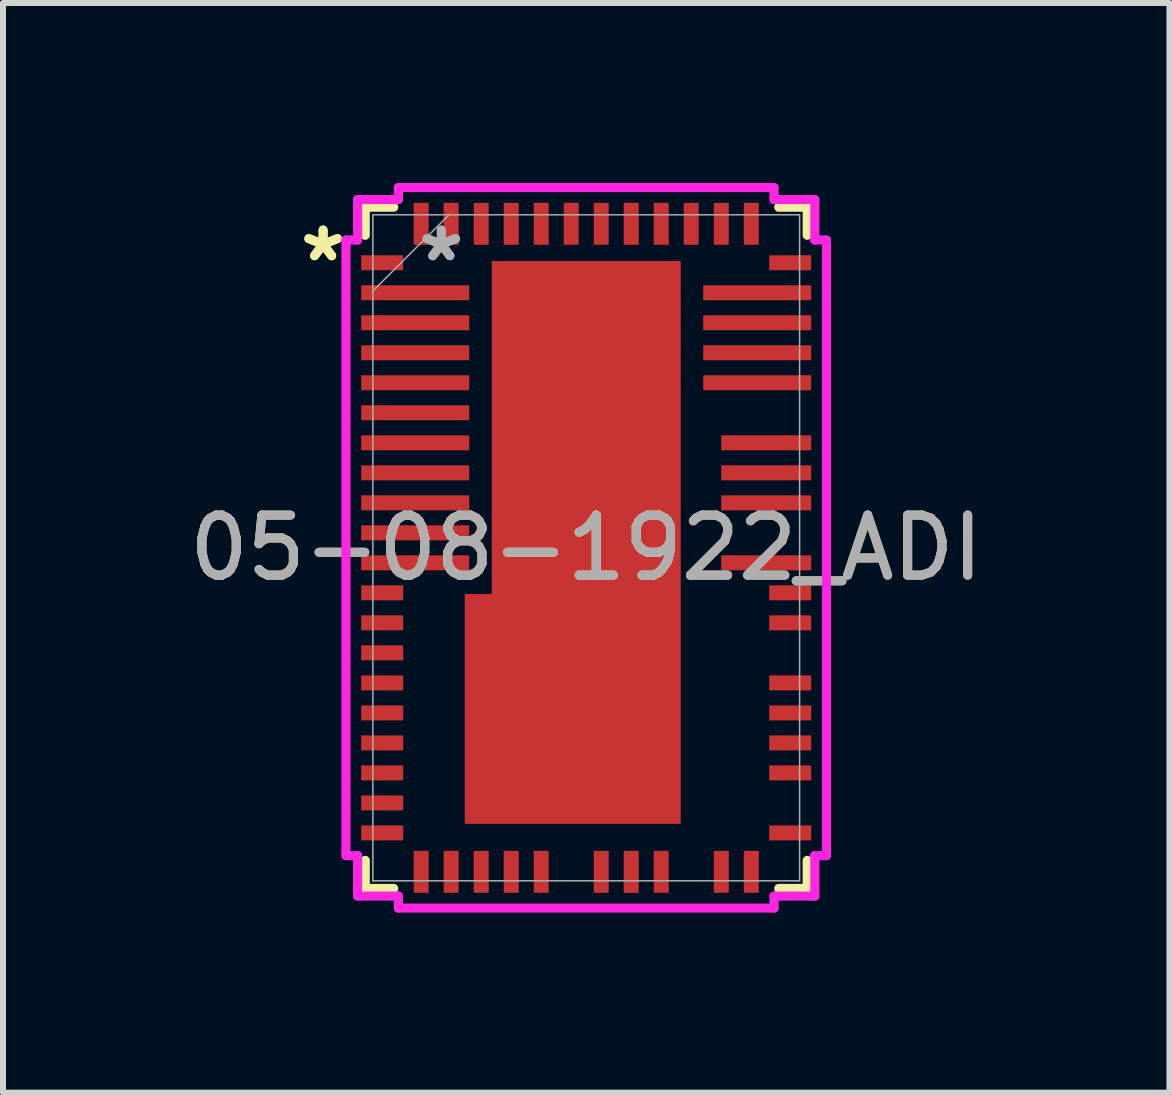
<source format=kicad_pcb>
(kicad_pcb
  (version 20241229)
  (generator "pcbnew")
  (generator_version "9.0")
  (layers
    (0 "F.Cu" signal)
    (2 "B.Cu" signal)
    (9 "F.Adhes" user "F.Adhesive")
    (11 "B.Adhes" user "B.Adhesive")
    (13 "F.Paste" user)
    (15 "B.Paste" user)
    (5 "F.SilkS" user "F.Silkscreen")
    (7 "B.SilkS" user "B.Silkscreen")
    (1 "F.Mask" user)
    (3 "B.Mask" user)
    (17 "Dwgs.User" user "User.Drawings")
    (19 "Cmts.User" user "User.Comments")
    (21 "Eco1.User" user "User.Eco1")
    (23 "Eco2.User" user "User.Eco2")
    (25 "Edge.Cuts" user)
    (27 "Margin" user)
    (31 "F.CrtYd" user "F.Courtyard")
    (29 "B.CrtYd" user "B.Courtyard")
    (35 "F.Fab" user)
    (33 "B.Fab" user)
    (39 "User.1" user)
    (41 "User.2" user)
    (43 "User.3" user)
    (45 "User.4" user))
  (footprint "05-08-1922_ADI"
    (layer "F.Cu")
    (at 6.72 6.08)
    (property "Reference" "05-08-1922_ADI" (at 0 0 0) (unlocked yes) (layer "F.SilkS") (effects (font (size 1 1) (thickness 0.15))))
    (attr smd)
    (fp_poly (pts (xy -1.575 -4.78) (xy -1.575 0.77) (xy -2.025 0.77) (xy -2.025 4.6) (xy 1.575 4.6) (xy 1.575 -4.78)) (stroke (width 0) (type solid)) (fill yes) (layer "F.Cu"))
    (fp_poly (pts (xy -1.575 -4.78) (xy -1.575 0.77) (xy -2.025 0.77) (xy -2.025 4.6) (xy 1.575 4.6) (xy 1.575 -4.78)) (stroke (width 0) (type solid)) (fill yes) (layer "F.Mask"))
    (fp_line (start -3.683 -5.677) (end -3.683 -5.209) (stroke (width 0.152) (type solid)) (layer "F.SilkS"))
    (fp_line (start -3.683 5.209) (end -3.683 5.677) (stroke (width 0.152) (type solid)) (layer "F.SilkS"))
    (fp_line (start -3.683 5.677) (end -3.208 5.677) (stroke (width 0.152) (type solid)) (layer "F.SilkS"))
    (fp_line (start -3.208 -5.677) (end -3.683 -5.677) (stroke (width 0.152) (type solid)) (layer "F.SilkS"))
    (fp_line (start 3.208 5.677) (end 3.683 5.677) (stroke (width 0.152) (type solid)) (layer "F.SilkS"))
    (fp_line (start 3.683 -5.677) (end 3.208 -5.677) (stroke (width 0.152) (type solid)) (layer "F.SilkS"))
    (fp_line (start 3.683 -5.209) (end 3.683 -5.677) (stroke (width 0.152) (type solid)) (layer "F.SilkS"))
    (fp_line (start 3.683 5.677) (end 3.683 5.209) (stroke (width 0.152) (type solid)) (layer "F.SilkS"))
    (fp_poly (pts (xy -1.575 -4.78) (xy -1.575 0.77) (xy -2.025 0.77) (xy -2.025 4.6) (xy 1.575 4.6) (xy 1.575 -4.78)) (stroke (width 0) (type solid)) (fill yes) (layer "F.Paste"))
    (fp_line (start -4.004 -5.13) (end -3.81 -5.13) (stroke (width 0.152) (type solid)) (layer "F.CrtYd"))
    (fp_line (start -4.004 5.13) (end -4.004 -5.13) (stroke (width 0.152) (type solid)) (layer "F.CrtYd"))
    (fp_line (start -3.81 -5.804) (end -3.13 -5.804) (stroke (width 0.152) (type solid)) (layer "F.CrtYd"))
    (fp_line (start -3.81 -5.13) (end -3.81 -5.804) (stroke (width 0.152) (type solid)) (layer "F.CrtYd"))
    (fp_line (start -3.81 5.13) (end -4.004 5.13) (stroke (width 0.152) (type solid)) (layer "F.CrtYd"))
    (fp_line (start -3.81 5.804) (end -3.81 5.13) (stroke (width 0.152) (type solid)) (layer "F.CrtYd"))
    (fp_line (start -3.13 -6.004) (end 3.13 -6.004) (stroke (width 0.152) (type solid)) (layer "F.CrtYd"))
    (fp_line (start -3.13 -5.804) (end -3.13 -6.004) (stroke (width 0.152) (type solid)) (layer "F.CrtYd"))
    (fp_line (start -3.13 5.804) (end -3.81 5.804) (stroke (width 0.152) (type solid)) (layer "F.CrtYd"))
    (fp_line (start -3.13 6.004) (end -3.13 5.804) (stroke (width 0.152) (type solid)) (layer "F.CrtYd"))
    (fp_line (start 3.13 -6.004) (end 3.13 -5.804) (stroke (width 0.152) (type solid)) (layer "F.CrtYd"))
    (fp_line (start 3.13 -5.804) (end 3.81 -5.804) (stroke (width 0.152) (type solid)) (layer "F.CrtYd"))
    (fp_line (start 3.13 5.804) (end 3.13 6.004) (stroke (width 0.152) (type solid)) (layer "F.CrtYd"))
    (fp_line (start 3.13 6.004) (end -3.13 6.004) (stroke (width 0.152) (type solid)) (layer "F.CrtYd"))
    (fp_line (start 3.81 -5.804) (end 3.81 -5.13) (stroke (width 0.152) (type solid)) (layer "F.CrtYd"))
    (fp_line (start 3.81 -5.13) (end 4.004 -5.13) (stroke (width 0.152) (type solid)) (layer "F.CrtYd"))
    (fp_line (start 3.81 5.13) (end 3.81 5.804) (stroke (width 0.152) (type solid)) (layer "F.CrtYd"))
    (fp_line (start 3.81 5.804) (end 3.13 5.804) (stroke (width 0.152) (type solid)) (layer "F.CrtYd"))
    (fp_line (start 4.004 -5.13) (end 4.004 5.13) (stroke (width 0.152) (type solid)) (layer "F.CrtYd"))
    (fp_line (start 4.004 5.13) (end 3.81 5.13) (stroke (width 0.152) (type solid)) (layer "F.CrtYd"))
    (fp_line (start -3.556 -5.55) (end -3.556 5.55) (stroke (width 0.025) (type solid)) (layer "F.Fab"))
    (fp_line (start -3.556 -4.28) (end -2.286 -5.55) (stroke (width 0.025) (type solid)) (layer "F.Fab"))
    (fp_line (start -3.556 5.55) (end 3.556 5.55) (stroke (width 0.025) (type solid)) (layer "F.Fab"))
    (fp_line (start 3.556 -5.55) (end -3.556 -5.55) (stroke (width 0.025) (type solid)) (layer "F.Fab"))
    (fp_line (start 3.556 5.55) (end 3.556 -5.55) (stroke (width 0.025) (type solid)) (layer "F.Fab"))
    (fp_text user "*" (at -4.385 -4.751 0) (unlocked yes) (layer "F.SilkS") (effects (font (size 1 1) (thickness 0.15))))
    (fp_text user "*" (at -4.385 -4.751 0) (layer "F.SilkS") (effects (font (size 1 1) (thickness 0.15))))
    (fp_text user "${REFERENCE}" (at 0 0 0) (unlocked yes) (layer "F.Fab") (effects (font (size 1 1) (thickness 0.15))))
    (fp_text user "*" (at -2.415 -4.751 0) (unlocked yes) (layer "F.Fab") (effects (font (size 1 1) (thickness 0.15))))
    (fp_text user "*" (at -2.415 -4.751 0) (layer "F.Fab") (effects (font (size 1 1) (thickness 0.15))))
    (pad "1" smd rect (at -3.4 -4.751) (size 0.7 0.25) (layers "F.Cu" "F.Mask" "F.Paste"))
    (pad "2" smd rect (at -2.85 -4.251) (size 1.8 0.25) (layers "F.Cu" "F.Mask" "F.Paste"))
    (pad "3" smd rect (at -2.85 -3.751) (size 1.8 0.25) (layers "F.Cu" "F.Mask" "F.Paste"))
    (pad "4" smd rect (at -2.85 -3.251) (size 1.8 0.25) (layers "F.Cu" "F.Mask" "F.Paste"))
    (pad "5" smd rect (at -2.85 -2.751) (size 1.8 0.25) (layers "F.Cu" "F.Mask" "F.Paste"))
    (pad "6" smd rect (at -2.85 -2.251) (size 1.8 0.25) (layers "F.Cu" "F.Mask" "F.Paste"))
    (pad "7" smd rect (at -2.85 -1.75) (size 1.8 0.25) (layers "F.Cu" "F.Mask" "F.Paste"))
    (pad "8" smd rect (at -2.85 -1.25) (size 1.8 0.25) (layers "F.Cu" "F.Mask" "F.Paste"))
    (pad "9" smd rect (at -2.85 -0.75) (size 1.8 0.25) (layers "F.Cu" "F.Mask" "F.Paste"))
    (pad "10" smd rect (at -2.85 -0.25) (size 1.8 0.25) (layers "F.Cu" "F.Mask" "F.Paste"))
    (pad "11" smd rect (at -2.85 0.25) (size 1.8 0.25) (layers "F.Cu" "F.Mask" "F.Paste"))
    (pad "12" smd rect (at -3.4 0.75) (size 0.7 0.25) (layers "F.Cu" "F.Mask" "F.Paste"))
    (pad "13" smd rect (at -3.4 1.25) (size 0.7 0.25) (layers "F.Cu" "F.Mask" "F.Paste"))
    (pad "14" smd rect (at -3.4 1.75) (size 0.7 0.25) (layers "F.Cu" "F.Mask" "F.Paste"))
    (pad "15" smd rect (at -3.4 2.251) (size 0.7 0.25) (layers "F.Cu" "F.Mask" "F.Paste"))
    (pad "16" smd rect (at -3.4 2.751) (size 0.7 0.25) (layers "F.Cu" "F.Mask" "F.Paste"))
    (pad "17" smd rect (at -3.4 3.251) (size 0.7 0.25) (layers "F.Cu" "F.Mask" "F.Paste"))
    (pad "18" smd rect (at -3.4 3.751) (size 0.7 0.25) (layers "F.Cu" "F.Mask" "F.Paste"))
    (pad "19" smd rect (at -3.4 4.251) (size 0.7 0.25) (layers "F.Cu" "F.Mask" "F.Paste"))
    (pad "20" smd rect (at -3.4 4.751) (size 0.7 0.25) (layers "F.Cu" "F.Mask" "F.Paste"))
    (pad "21" smd rect (at -2.751 5.4 90) (size 0.7 0.25) (layers "F.Cu" "F.Mask" "F.Paste"))
    (pad "22" smd rect (at -2.251 5.4 90) (size 0.7 0.25) (layers "F.Cu" "F.Mask" "F.Paste"))
    (pad "23" smd rect (at -1.75 5.4 90) (size 0.7 0.25) (layers "F.Cu" "F.Mask" "F.Paste"))
    (pad "24" smd rect (at -1.25 5.4 90) (size 0.7 0.25) (layers "F.Cu" "F.Mask" "F.Paste"))
    (pad "25" smd rect (at -0.75 5.4 90) (size 0.7 0.25) (layers "F.Cu" "F.Mask" "F.Paste"))
    (pad "27" smd rect (at 0.25 5.4 90) (size 0.7 0.25) (layers "F.Cu" "F.Mask" "F.Paste"))
    (pad "28" smd rect (at 0.75 5.4 90) (size 0.7 0.25) (layers "F.Cu" "F.Mask" "F.Paste"))
    (pad "29" smd rect (at 1.25 5.4 90) (size 0.7 0.25) (layers "F.Cu" "F.Mask" "F.Paste"))
    (pad "31" smd rect (at 2.251 5.4 90) (size 0.7 0.25) (layers "F.Cu" "F.Mask" "F.Paste"))
    (pad "32" smd rect (at 2.751 5.4 90) (size 0.7 0.25) (layers "F.Cu" "F.Mask" "F.Paste"))
    (pad "33" smd rect (at 3.4 4.751) (size 0.7 0.25) (layers "F.Cu" "F.Mask" "F.Paste"))
    (pad "35" smd rect (at 3.4 3.751) (size 0.7 0.25) (layers "F.Cu" "F.Mask" "F.Paste"))
    (pad "36" smd rect (at 3.4 3.251) (size 0.7 0.25) (layers "F.Cu" "F.Mask" "F.Paste"))
    (pad "37" smd rect (at 3.4 2.751) (size 0.7 0.25) (layers "F.Cu" "F.Mask" "F.Paste"))
    (pad "38" smd rect (at 3.4 2.251) (size 0.7 0.25) (layers "F.Cu" "F.Mask" "F.Paste"))
    (pad "40" smd rect (at 3.4 1.25) (size 0.7 0.25) (layers "F.Cu" "F.Mask" "F.Paste"))
    (pad "41" smd rect (at 3.4 0.75) (size 0.7 0.25) (layers "F.Cu" "F.Mask" "F.Paste"))
    (pad "42" smd rect (at 3 0.25) (size 1.5 0.25) (layers "F.Cu" "F.Mask" "F.Paste"))
    (pad "44" smd rect (at 3 -0.75) (size 1.5 0.25) (layers "F.Cu" "F.Mask" "F.Paste"))
    (pad "45" smd rect (at 3 -1.25) (size 1.5 0.25) (layers "F.Cu" "F.Mask" "F.Paste"))
    (pad "46" smd rect (at 3 -1.75) (size 1.5 0.25) (layers "F.Cu" "F.Mask" "F.Paste"))
    (pad "48" smd rect (at 2.85 -2.751) (size 1.8 0.25) (layers "F.Cu" "F.Mask" "F.Paste"))
    (pad "49" smd rect (at 2.85 -3.251) (size 1.8 0.25) (layers "F.Cu" "F.Mask" "F.Paste"))
    (pad "50" smd rect (at 2.85 -3.751) (size 1.8 0.25) (layers "F.Cu" "F.Mask" "F.Paste"))
    (pad "51" smd rect (at 2.85 -4.251) (size 1.8 0.25) (layers "F.Cu" "F.Mask" "F.Paste"))
    (pad "52" smd rect (at 3.4 -4.751) (size 0.7 0.25) (layers "F.Cu" "F.Mask" "F.Paste"))
    (pad "53" smd rect (at 2.751 -5.4 90) (size 0.7 0.25) (layers "F.Cu" "F.Mask" "F.Paste"))
    (pad "54" smd rect (at 2.251 -5.4 90) (size 0.7 0.25) (layers "F.Cu" "F.Mask" "F.Paste"))
    (pad "55" smd rect (at 1.75 -5.4 90) (size 0.7 0.25) (layers "F.Cu" "F.Mask" "F.Paste"))
    (pad "56" smd rect (at 1.25 -5.4 90) (size 0.7 0.25) (layers "F.Cu" "F.Mask" "F.Paste"))
    (pad "57" smd rect (at 0.75 -5.4 90) (size 0.7 0.25) (layers "F.Cu" "F.Mask" "F.Paste"))
    (pad "58" smd rect (at 0.25 -5.4 90) (size 0.7 0.25) (layers "F.Cu" "F.Mask" "F.Paste"))
    (pad "59" smd rect (at -0.25 -5.4 90) (size 0.7 0.25) (layers "F.Cu" "F.Mask" "F.Paste"))
    (pad "60" smd rect (at -0.75 -5.4 90) (size 0.7 0.25) (layers "F.Cu" "F.Mask" "F.Paste"))
    (pad "61" smd rect (at -1.25 -5.4 90) (size 0.7 0.25) (layers "F.Cu" "F.Mask" "F.Paste"))
    (pad "62" smd rect (at -1.75 -5.4 90) (size 0.7 0.25) (layers "F.Cu" "F.Mask" "F.Paste"))
    (pad "63" smd rect (at -2.251 -5.4 90) (size 0.7 0.25) (layers "F.Cu" "F.Mask" "F.Paste"))
    (pad "64" smd rect (at -2.751 -5.4 90) (size 0.7 0.25) (layers "F.Cu" "F.Mask" "F.Paste"))
    (pad "65" smd rect (at 0 0) (size 0.127 0.127) (layers "F.Cu" "F.Mask" "F.Paste")))
  (gr_rect
    (start -3 -3)
    (end 16.44 15.16)
    (stroke (width 0.1) (type default))
    (fill no)
    (layer "Edge.Cuts")))
</source>
